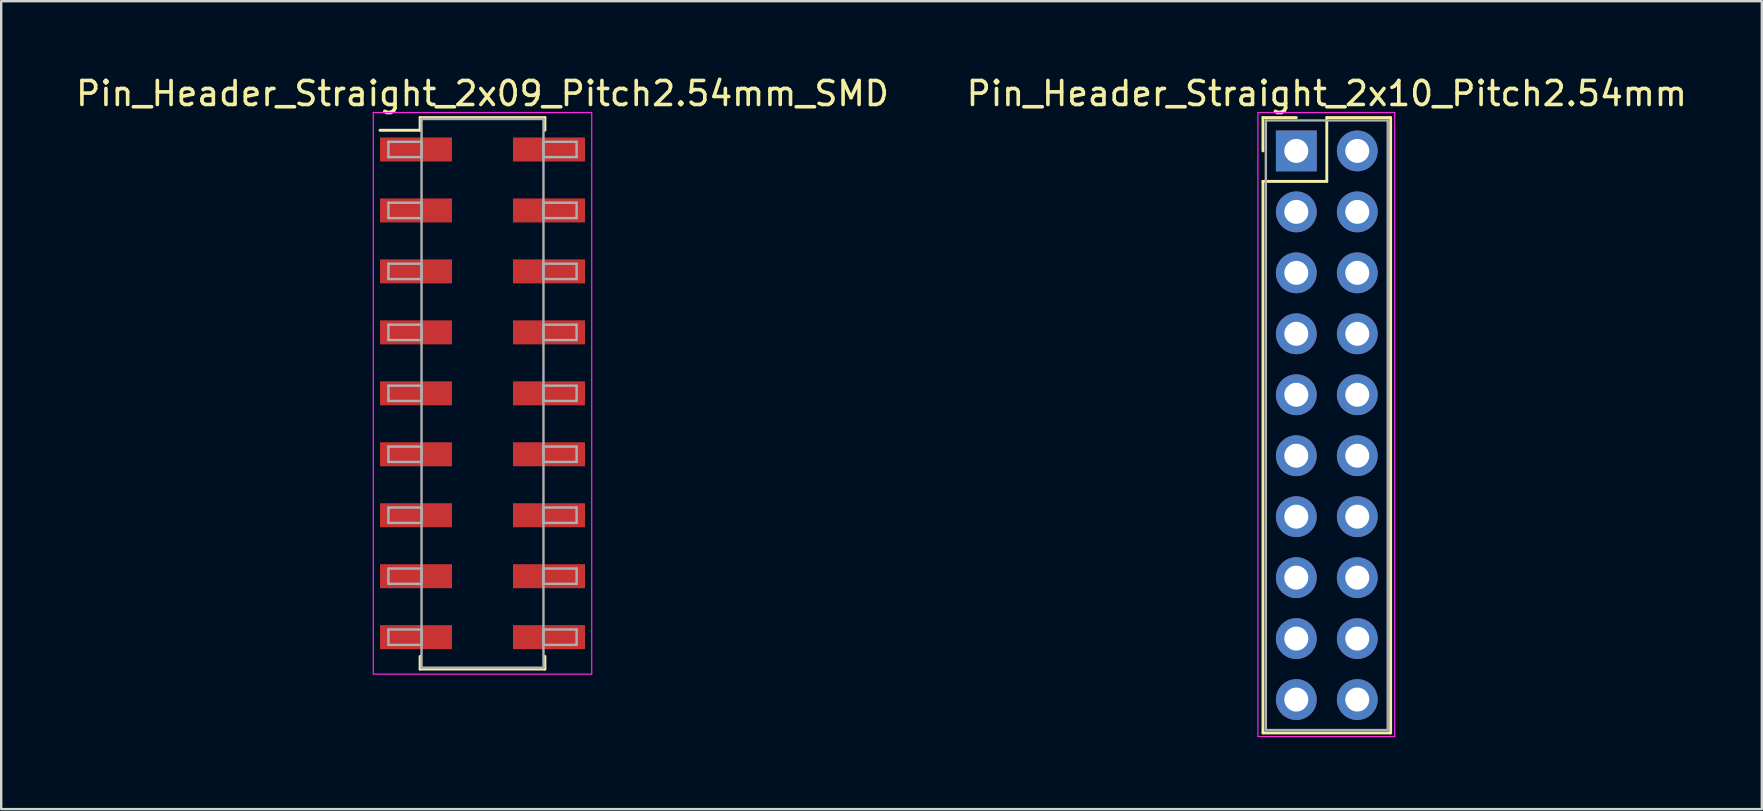
<source format=kicad_pcb>
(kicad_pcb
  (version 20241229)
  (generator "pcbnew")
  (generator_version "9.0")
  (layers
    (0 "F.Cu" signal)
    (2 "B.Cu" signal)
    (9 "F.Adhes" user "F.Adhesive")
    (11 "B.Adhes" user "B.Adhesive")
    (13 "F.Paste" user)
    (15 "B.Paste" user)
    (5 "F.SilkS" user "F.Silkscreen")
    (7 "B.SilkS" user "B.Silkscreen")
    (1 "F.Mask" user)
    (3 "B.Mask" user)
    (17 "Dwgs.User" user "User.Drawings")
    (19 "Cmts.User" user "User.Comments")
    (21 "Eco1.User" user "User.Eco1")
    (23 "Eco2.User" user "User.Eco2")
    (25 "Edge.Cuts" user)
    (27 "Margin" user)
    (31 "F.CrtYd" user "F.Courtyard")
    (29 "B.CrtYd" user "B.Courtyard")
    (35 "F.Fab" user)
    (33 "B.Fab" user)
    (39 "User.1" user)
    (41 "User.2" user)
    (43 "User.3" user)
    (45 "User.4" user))
  (footprint "Pin_Header_Straight_2x10_Pitch2.54mm"
    (layer "F.Cu")
    (at 50.962 3.238)
    (property "Reference" "Pin_Header_Straight_2x10_Pitch2.54mm" (at 1.27 -2.39 0) (layer "F.SilkS") (effects (font (size 1 1) (thickness 0.15))))
    (attr through_hole)
    (fp_line (start -1.39 -1.39) (end 0 -1.39) (stroke (width 0.12) (type solid)) (layer "F.SilkS"))
    (fp_line (start -1.39 0) (end -1.39 -1.39) (stroke (width 0.12) (type solid)) (layer "F.SilkS"))
    (fp_line (start -1.39 1.27) (end -1.39 24.25) (stroke (width 0.12) (type solid)) (layer "F.SilkS"))
    (fp_line (start -1.39 24.25) (end 3.93 24.25) (stroke (width 0.12) (type solid)) (layer "F.SilkS"))
    (fp_line (start 1.27 -1.39) (end 1.27 1.27) (stroke (width 0.12) (type solid)) (layer "F.SilkS"))
    (fp_line (start 1.27 1.27) (end -1.39 1.27) (stroke (width 0.12) (type solid)) (layer "F.SilkS"))
    (fp_line (start 3.93 -1.39) (end 1.27 -1.39) (stroke (width 0.12) (type solid)) (layer "F.SilkS"))
    (fp_line (start 3.93 24.25) (end 3.93 -1.39) (stroke (width 0.12) (type solid)) (layer "F.SilkS"))
    (fp_line (start -1.6 -1.6) (end -1.6 24.4) (stroke (width 0.05) (type solid)) (layer "F.CrtYd"))
    (fp_line (start -1.6 24.4) (end 4.1 24.4) (stroke (width 0.05) (type solid)) (layer "F.CrtYd"))
    (fp_line (start 4.1 -1.6) (end -1.6 -1.6) (stroke (width 0.05) (type solid)) (layer "F.CrtYd"))
    (fp_line (start 4.1 24.4) (end 4.1 -1.6) (stroke (width 0.05) (type solid)) (layer "F.CrtYd"))
    (fp_line (start -1.27 -1.27) (end -1.27 24.13) (stroke (width 0.1) (type solid)) (layer "F.Fab"))
    (fp_line (start -1.27 24.13) (end 3.81 24.13) (stroke (width 0.1) (type solid)) (layer "F.Fab"))
    (fp_line (start 3.81 -1.27) (end -1.27 -1.27) (stroke (width 0.1) (type solid)) (layer "F.Fab"))
    (fp_line (start 3.81 24.13) (end 3.81 -1.27) (stroke (width 0.1) (type solid)) (layer "F.Fab"))
    (pad "1" thru_hole rect (at 0 0) (size 1.7 1.7) (drill 1) (layers "*.Cu" "*.Mask"))
    (pad "2" thru_hole oval (at 2.54 0) (size 1.7 1.7) (drill 1) (layers "*.Cu" "*.Mask"))
    (pad "3" thru_hole oval (at 0 2.54) (size 1.7 1.7) (drill 1) (layers "*.Cu" "*.Mask"))
    (pad "4" thru_hole oval (at 2.54 2.54) (size 1.7 1.7) (drill 1) (layers "*.Cu" "*.Mask"))
    (pad "5" thru_hole oval (at 0 5.08) (size 1.7 1.7) (drill 1) (layers "*.Cu" "*.Mask"))
    (pad "6" thru_hole oval (at 2.54 5.08) (size 1.7 1.7) (drill 1) (layers "*.Cu" "*.Mask"))
    (pad "7" thru_hole oval (at 0 7.62) (size 1.7 1.7) (drill 1) (layers "*.Cu" "*.Mask"))
    (pad "8" thru_hole oval (at 2.54 7.62) (size 1.7 1.7) (drill 1) (layers "*.Cu" "*.Mask"))
    (pad "9" thru_hole oval (at 0 10.16) (size 1.7 1.7) (drill 1) (layers "*.Cu" "*.Mask"))
    (pad "10" thru_hole oval (at 2.54 10.16) (size 1.7 1.7) (drill 1) (layers "*.Cu" "*.Mask"))
    (pad "11" thru_hole oval (at 0 12.7) (size 1.7 1.7) (drill 1) (layers "*.Cu" "*.Mask"))
    (pad "12" thru_hole oval (at 2.54 12.7) (size 1.7 1.7) (drill 1) (layers "*.Cu" "*.Mask"))
    (pad "13" thru_hole oval (at 0 15.24) (size 1.7 1.7) (drill 1) (layers "*.Cu" "*.Mask"))
    (pad "14" thru_hole oval (at 2.54 15.24) (size 1.7 1.7) (drill 1) (layers "*.Cu" "*.Mask"))
    (pad "15" thru_hole oval (at 0 17.78) (size 1.7 1.7) (drill 1) (layers "*.Cu" "*.Mask"))
    (pad "16" thru_hole oval (at 2.54 17.78) (size 1.7 1.7) (drill 1) (layers "*.Cu" "*.Mask"))
    (pad "17" thru_hole oval (at 0 20.32) (size 1.7 1.7) (drill 1) (layers "*.Cu" "*.Mask"))
    (pad "18" thru_hole oval (at 2.54 20.32) (size 1.7 1.7) (drill 1) (layers "*.Cu" "*.Mask"))
    (pad "19" thru_hole oval (at 0 22.86) (size 1.7 1.7) (drill 1) (layers "*.Cu" "*.Mask"))
    (pad "20" thru_hole oval (at 2.54 22.86) (size 1.7 1.7) (drill 1) (layers "*.Cu" "*.Mask")))
  (footprint "Pin_Header_Straight_2x09_Pitch2.54mm_SMD"
    (layer "F.Cu")
    (at 17.054 13.338)
    (property "Reference" "Pin_Header_Straight_2x09_Pitch2.54mm_SMD" (at 0 -12.49 0) (layer "F.SilkS") (effects (font (size 1 1) (thickness 0.15))))
    (attr smd)
    (fp_line (start -4.27 -10.96) (end -2.6 -10.96) (stroke (width 0.12) (type solid)) (layer "F.SilkS"))
    (fp_line (start -2.6 -11.49) (end 2.6 -11.49) (stroke (width 0.12) (type solid)) (layer "F.SilkS"))
    (fp_line (start -2.6 -10.96) (end -2.6 -11.49) (stroke (width 0.12) (type solid)) (layer "F.SilkS"))
    (fp_line (start -2.6 10.96) (end -2.6 11.49) (stroke (width 0.12) (type solid)) (layer "F.SilkS"))
    (fp_line (start -2.6 11.49) (end 2.6 11.49) (stroke (width 0.12) (type solid)) (layer "F.SilkS"))
    (fp_line (start 2.6 -11.49) (end 2.6 -10.96) (stroke (width 0.12) (type solid)) (layer "F.SilkS"))
    (fp_line (start 2.6 11.49) (end 2.6 10.96) (stroke (width 0.12) (type solid)) (layer "F.SilkS"))
    (fp_line (start -4.55 -11.7) (end -4.55 11.7) (stroke (width 0.05) (type solid)) (layer "F.CrtYd"))
    (fp_line (start -4.55 11.7) (end 4.55 11.7) (stroke (width 0.05) (type solid)) (layer "F.CrtYd"))
    (fp_line (start 4.55 -11.7) (end -4.55 -11.7) (stroke (width 0.05) (type solid)) (layer "F.CrtYd"))
    (fp_line (start 4.55 11.7) (end 4.55 -11.7) (stroke (width 0.05) (type solid)) (layer "F.CrtYd"))
    (fp_line (start -3.92 -10.48) (end -2.54 -10.48) (stroke (width 0.1) (type solid)) (layer "F.Fab"))
    (fp_line (start -3.92 -9.84) (end -3.92 -10.48) (stroke (width 0.1) (type solid)) (layer "F.Fab"))
    (fp_line (start -3.92 -7.94) (end -2.54 -7.94) (stroke (width 0.1) (type solid)) (layer "F.Fab"))
    (fp_line (start -3.92 -7.3) (end -3.92 -7.94) (stroke (width 0.1) (type solid)) (layer "F.Fab"))
    (fp_line (start -3.92 -5.4) (end -2.54 -5.4) (stroke (width 0.1) (type solid)) (layer "F.Fab"))
    (fp_line (start -3.92 -4.76) (end -3.92 -5.4) (stroke (width 0.1) (type solid)) (layer "F.Fab"))
    (fp_line (start -3.92 -2.86) (end -2.54 -2.86) (stroke (width 0.1) (type solid)) (layer "F.Fab"))
    (fp_line (start -3.92 -2.22) (end -3.92 -2.86) (stroke (width 0.1) (type solid)) (layer "F.Fab"))
    (fp_line (start -3.92 -0.32) (end -2.54 -0.32) (stroke (width 0.1) (type solid)) (layer "F.Fab"))
    (fp_line (start -3.92 0.32) (end -3.92 -0.32) (stroke (width 0.1) (type solid)) (layer "F.Fab"))
    (fp_line (start -3.92 2.22) (end -2.54 2.22) (stroke (width 0.1) (type solid)) (layer "F.Fab"))
    (fp_line (start -3.92 2.86) (end -3.92 2.22) (stroke (width 0.1) (type solid)) (layer "F.Fab"))
    (fp_line (start -3.92 4.76) (end -2.54 4.76) (stroke (width 0.1) (type solid)) (layer "F.Fab"))
    (fp_line (start -3.92 5.4) (end -3.92 4.76) (stroke (width 0.1) (type solid)) (layer "F.Fab"))
    (fp_line (start -3.92 7.3) (end -2.54 7.3) (stroke (width 0.1) (type solid)) (layer "F.Fab"))
    (fp_line (start -3.92 7.94) (end -3.92 7.3) (stroke (width 0.1) (type solid)) (layer "F.Fab"))
    (fp_line (start -3.92 9.84) (end -2.54 9.84) (stroke (width 0.1) (type solid)) (layer "F.Fab"))
    (fp_line (start -3.92 10.48) (end -3.92 9.84) (stroke (width 0.1) (type solid)) (layer "F.Fab"))
    (fp_line (start -2.54 -11.43) (end -2.54 11.43) (stroke (width 0.1) (type solid)) (layer "F.Fab"))
    (fp_line (start -2.54 -10.48) (end -2.54 -9.84) (stroke (width 0.1) (type solid)) (layer "F.Fab"))
    (fp_line (start -2.54 -9.84) (end -3.92 -9.84) (stroke (width 0.1) (type solid)) (layer "F.Fab"))
    (fp_line (start -2.54 -7.94) (end -2.54 -7.3) (stroke (width 0.1) (type solid)) (layer "F.Fab"))
    (fp_line (start -2.54 -7.3) (end -3.92 -7.3) (stroke (width 0.1) (type solid)) (layer "F.Fab"))
    (fp_line (start -2.54 -5.4) (end -2.54 -4.76) (stroke (width 0.1) (type solid)) (layer "F.Fab"))
    (fp_line (start -2.54 -4.76) (end -3.92 -4.76) (stroke (width 0.1) (type solid)) (layer "F.Fab"))
    (fp_line (start -2.54 -2.86) (end -2.54 -2.22) (stroke (width 0.1) (type solid)) (layer "F.Fab"))
    (fp_line (start -2.54 -2.22) (end -3.92 -2.22) (stroke (width 0.1) (type solid)) (layer "F.Fab"))
    (fp_line (start -2.54 -0.32) (end -2.54 0.32) (stroke (width 0.1) (type solid)) (layer "F.Fab"))
    (fp_line (start -2.54 0.32) (end -3.92 0.32) (stroke (width 0.1) (type solid)) (layer "F.Fab"))
    (fp_line (start -2.54 2.22) (end -2.54 2.86) (stroke (width 0.1) (type solid)) (layer "F.Fab"))
    (fp_line (start -2.54 2.86) (end -3.92 2.86) (stroke (width 0.1) (type solid)) (layer "F.Fab"))
    (fp_line (start -2.54 4.76) (end -2.54 5.4) (stroke (width 0.1) (type solid)) (layer "F.Fab"))
    (fp_line (start -2.54 5.4) (end -3.92 5.4) (stroke (width 0.1) (type solid)) (layer "F.Fab"))
    (fp_line (start -2.54 7.3) (end -2.54 7.94) (stroke (width 0.1) (type solid)) (layer "F.Fab"))
    (fp_line (start -2.54 7.94) (end -3.92 7.94) (stroke (width 0.1) (type solid)) (layer "F.Fab"))
    (fp_line (start -2.54 9.84) (end -2.54 10.48) (stroke (width 0.1) (type solid)) (layer "F.Fab"))
    (fp_line (start -2.54 10.48) (end -3.92 10.48) (stroke (width 0.1) (type solid)) (layer "F.Fab"))
    (fp_line (start -2.54 11.43) (end 2.54 11.43) (stroke (width 0.1) (type solid)) (layer "F.Fab"))
    (fp_line (start 2.54 -11.43) (end -2.54 -11.43) (stroke (width 0.1) (type solid)) (layer "F.Fab"))
    (fp_line (start 2.54 -10.48) (end 2.54 -9.84) (stroke (width 0.1) (type solid)) (layer "F.Fab"))
    (fp_line (start 2.54 -9.84) (end 3.92 -9.84) (stroke (width 0.1) (type solid)) (layer "F.Fab"))
    (fp_line (start 2.54 -7.94) (end 2.54 -7.3) (stroke (width 0.1) (type solid)) (layer "F.Fab"))
    (fp_line (start 2.54 -7.3) (end 3.92 -7.3) (stroke (width 0.1) (type solid)) (layer "F.Fab"))
    (fp_line (start 2.54 -5.4) (end 2.54 -4.76) (stroke (width 0.1) (type solid)) (layer "F.Fab"))
    (fp_line (start 2.54 -4.76) (end 3.92 -4.76) (stroke (width 0.1) (type solid)) (layer "F.Fab"))
    (fp_line (start 2.54 -2.86) (end 2.54 -2.22) (stroke (width 0.1) (type solid)) (layer "F.Fab"))
    (fp_line (start 2.54 -2.22) (end 3.92 -2.22) (stroke (width 0.1) (type solid)) (layer "F.Fab"))
    (fp_line (start 2.54 -0.32) (end 2.54 0.32) (stroke (width 0.1) (type solid)) (layer "F.Fab"))
    (fp_line (start 2.54 0.32) (end 3.92 0.32) (stroke (width 0.1) (type solid)) (layer "F.Fab"))
    (fp_line (start 2.54 2.22) (end 2.54 2.86) (stroke (width 0.1) (type solid)) (layer "F.Fab"))
    (fp_line (start 2.54 2.86) (end 3.92 2.86) (stroke (width 0.1) (type solid)) (layer "F.Fab"))
    (fp_line (start 2.54 4.76) (end 2.54 5.4) (stroke (width 0.1) (type solid)) (layer "F.Fab"))
    (fp_line (start 2.54 5.4) (end 3.92 5.4) (stroke (width 0.1) (type solid)) (layer "F.Fab"))
    (fp_line (start 2.54 7.3) (end 2.54 7.94) (stroke (width 0.1) (type solid)) (layer "F.Fab"))
    (fp_line (start 2.54 7.94) (end 3.92 7.94) (stroke (width 0.1) (type solid)) (layer "F.Fab"))
    (fp_line (start 2.54 9.84) (end 2.54 10.48) (stroke (width 0.1) (type solid)) (layer "F.Fab"))
    (fp_line (start 2.54 10.48) (end 3.92 10.48) (stroke (width 0.1) (type solid)) (layer "F.Fab"))
    (fp_line (start 2.54 11.43) (end 2.54 -11.43) (stroke (width 0.1) (type solid)) (layer "F.Fab"))
    (fp_line (start 3.92 -10.48) (end 2.54 -10.48) (stroke (width 0.1) (type solid)) (layer "F.Fab"))
    (fp_line (start 3.92 -9.84) (end 3.92 -10.48) (stroke (width 0.1) (type solid)) (layer "F.Fab"))
    (fp_line (start 3.92 -7.94) (end 2.54 -7.94) (stroke (width 0.1) (type solid)) (layer "F.Fab"))
    (fp_line (start 3.92 -7.3) (end 3.92 -7.94) (stroke (width 0.1) (type solid)) (layer "F.Fab"))
    (fp_line (start 3.92 -5.4) (end 2.54 -5.4) (stroke (width 0.1) (type solid)) (layer "F.Fab"))
    (fp_line (start 3.92 -4.76) (end 3.92 -5.4) (stroke (width 0.1) (type solid)) (layer "F.Fab"))
    (fp_line (start 3.92 -2.86) (end 2.54 -2.86) (stroke (width 0.1) (type solid)) (layer "F.Fab"))
    (fp_line (start 3.92 -2.22) (end 3.92 -2.86) (stroke (width 0.1) (type solid)) (layer "F.Fab"))
    (fp_line (start 3.92 -0.32) (end 2.54 -0.32) (stroke (width 0.1) (type solid)) (layer "F.Fab"))
    (fp_line (start 3.92 0.32) (end 3.92 -0.32) (stroke (width 0.1) (type solid)) (layer "F.Fab"))
    (fp_line (start 3.92 2.22) (end 2.54 2.22) (stroke (width 0.1) (type solid)) (layer "F.Fab"))
    (fp_line (start 3.92 2.86) (end 3.92 2.22) (stroke (width 0.1) (type solid)) (layer "F.Fab"))
    (fp_line (start 3.92 4.76) (end 2.54 4.76) (stroke (width 0.1) (type solid)) (layer "F.Fab"))
    (fp_line (start 3.92 5.4) (end 3.92 4.76) (stroke (width 0.1) (type solid)) (layer "F.Fab"))
    (fp_line (start 3.92 7.3) (end 2.54 7.3) (stroke (width 0.1) (type solid)) (layer "F.Fab"))
    (fp_line (start 3.92 7.94) (end 3.92 7.3) (stroke (width 0.1) (type solid)) (layer "F.Fab"))
    (fp_line (start 3.92 9.84) (end 2.54 9.84) (stroke (width 0.1) (type solid)) (layer "F.Fab"))
    (fp_line (start 3.92 10.48) (end 3.92 9.84) (stroke (width 0.1) (type solid)) (layer "F.Fab"))
    (pad "1" smd rect (at -2.77 -10.16) (size 3 1) (layers "F.Cu" "F.Mask"))
    (pad "2" smd rect (at 2.77 -10.16) (size 3 1) (layers "F.Cu" "F.Mask"))
    (pad "3" smd rect (at -2.77 -7.62) (size 3 1) (layers "F.Cu" "F.Mask"))
    (pad "4" smd rect (at 2.77 -7.62) (size 3 1) (layers "F.Cu" "F.Mask"))
    (pad "5" smd rect (at -2.77 -5.08) (size 3 1) (layers "F.Cu" "F.Mask"))
    (pad "6" smd rect (at 2.77 -5.08) (size 3 1) (layers "F.Cu" "F.Mask"))
    (pad "7" smd rect (at -2.77 -2.54) (size 3 1) (layers "F.Cu" "F.Mask"))
    (pad "8" smd rect (at 2.77 -2.54) (size 3 1) (layers "F.Cu" "F.Mask"))
    (pad "9" smd rect (at -2.77 0) (size 3 1) (layers "F.Cu" "F.Mask"))
    (pad "10" smd rect (at 2.77 0) (size 3 1) (layers "F.Cu" "F.Mask"))
    (pad "11" smd rect (at -2.77 2.54) (size 3 1) (layers "F.Cu" "F.Mask"))
    (pad "12" smd rect (at 2.77 2.54) (size 3 1) (layers "F.Cu" "F.Mask"))
    (pad "13" smd rect (at -2.77 5.08) (size 3 1) (layers "F.Cu" "F.Mask"))
    (pad "14" smd rect (at 2.77 5.08) (size 3 1) (layers "F.Cu" "F.Mask"))
    (pad "15" smd rect (at -2.77 7.62) (size 3 1) (layers "F.Cu" "F.Mask"))
    (pad "16" smd rect (at 2.77 7.62) (size 3 1) (layers "F.Cu" "F.Mask"))
    (pad "17" smd rect (at -2.77 10.16) (size 3 1) (layers "F.Cu" "F.Mask"))
    (pad "18" smd rect (at 2.77 10.16) (size 3 1) (layers "F.Cu" "F.Mask")))
  (gr_rect
    (start -3 -3)
    (end 70.357 30.663)
    (stroke (width 0.1) (type default))
    (fill no)
    (layer "Edge.Cuts")))
</source>
